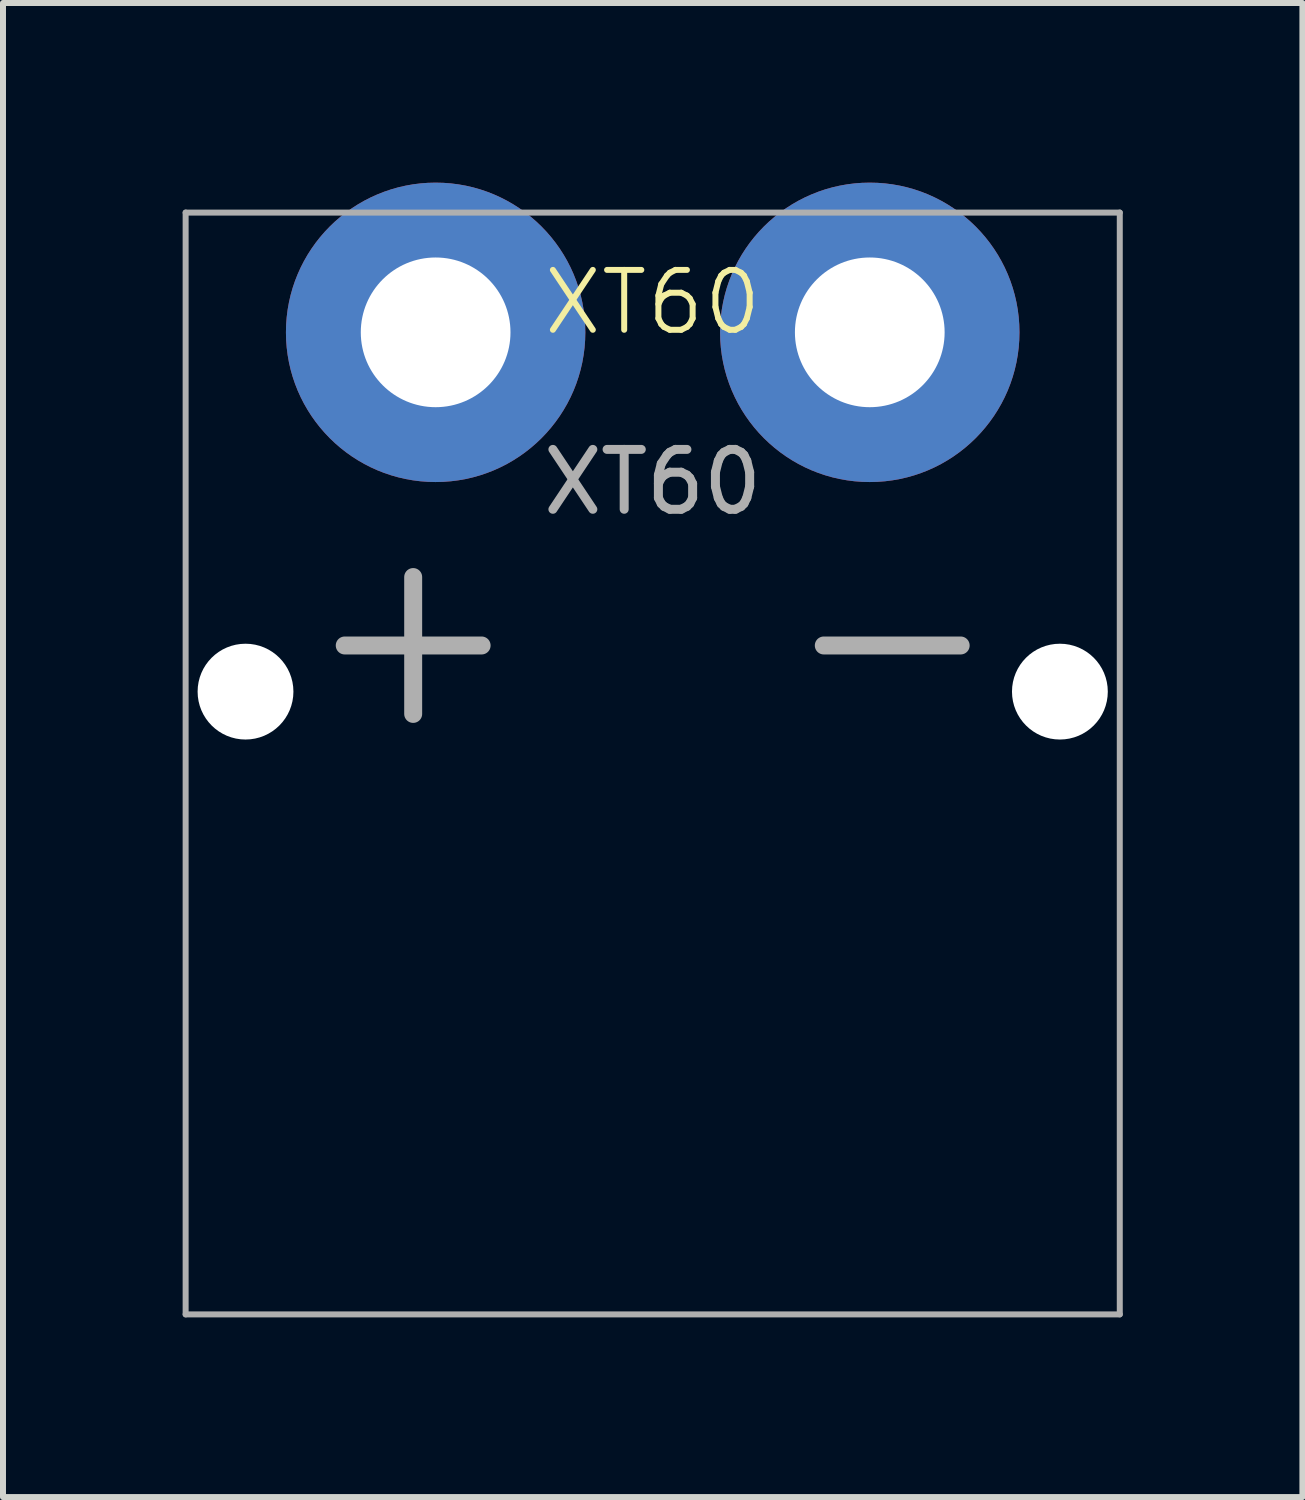
<source format=kicad_pcb>
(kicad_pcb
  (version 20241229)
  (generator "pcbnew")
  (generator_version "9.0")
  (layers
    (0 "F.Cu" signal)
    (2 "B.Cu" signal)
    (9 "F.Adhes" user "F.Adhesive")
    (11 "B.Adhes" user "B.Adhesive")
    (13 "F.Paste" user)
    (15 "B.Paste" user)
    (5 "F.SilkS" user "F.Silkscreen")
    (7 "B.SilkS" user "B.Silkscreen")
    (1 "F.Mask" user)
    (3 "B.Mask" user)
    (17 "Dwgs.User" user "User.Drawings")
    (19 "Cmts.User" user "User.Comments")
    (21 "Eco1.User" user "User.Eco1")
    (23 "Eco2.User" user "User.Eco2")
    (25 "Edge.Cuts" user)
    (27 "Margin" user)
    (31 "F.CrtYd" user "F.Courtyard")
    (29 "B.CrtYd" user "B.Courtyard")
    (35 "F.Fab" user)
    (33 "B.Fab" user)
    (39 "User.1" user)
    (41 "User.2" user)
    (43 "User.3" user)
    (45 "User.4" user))
  (footprint "XT60"
    (layer "F.Cu")
    (at 7.85 2.5)
    (property "Reference" "XT60" (at 0 -0.5 0) (unlocked yes) (layer "F.SilkS") (effects (font (size 1 1) (thickness 0.1))))
    (attr smd)
    (fp_line (start -7.8 -2) (end -7.8 16.4) (stroke (width 0.1) (type default)) (layer "F.Fab"))
    (fp_line (start -7.8 -2) (end 7.8 -2) (stroke (width 0.1) (type default)) (layer "F.Fab"))
    (fp_line (start 7.8 -2) (end 7.8 16.4) (stroke (width 0.1) (type default)) (layer "F.Fab"))
    (fp_line (start 7.8 16.4) (end -7.8 16.4) (stroke (width 0.1) (type default)) (layer "F.Fab"))
    (fp_text user "-" (at 4 5 0) (unlocked yes) (layer "F.Fab") (effects (font (size 3 3) (thickness 0.3))))
    (fp_text user "+" (at -4 5 0) (unlocked yes) (layer "F.Fab") (effects (font (size 3 3) (thickness 0.3))))
    (fp_text user "${REFERENCE}" (at 0 2.5 0) (unlocked yes) (layer "F.Fab") (effects (font (size 1 1) (thickness 0.15))))
    (pad "" np_thru_hole circle (at -6.8 6) (size 1.6 1.6) (drill 1.6) (layers "*.Cu" "*.Mask"))
    (pad "" np_thru_hole circle (at 6.8 6) (size 1.6 1.6) (drill 1.6) (layers "*.Cu" "*.Mask"))
    (pad "1" thru_hole circle (at -3.625 0) (size 5 5) (drill 2.5) (layers "*.Cu" "*.Mask"))
    (pad "2" thru_hole circle (at 3.625 0) (size 5 5) (drill 2.5) (layers "*.Cu" "*.Mask")))
  (gr_rect
    (start -3 -3)
    (end 18.7 21.95)
    (stroke (width 0.1) (type default))
    (fill no)
    (layer "Edge.Cuts")))
</source>
